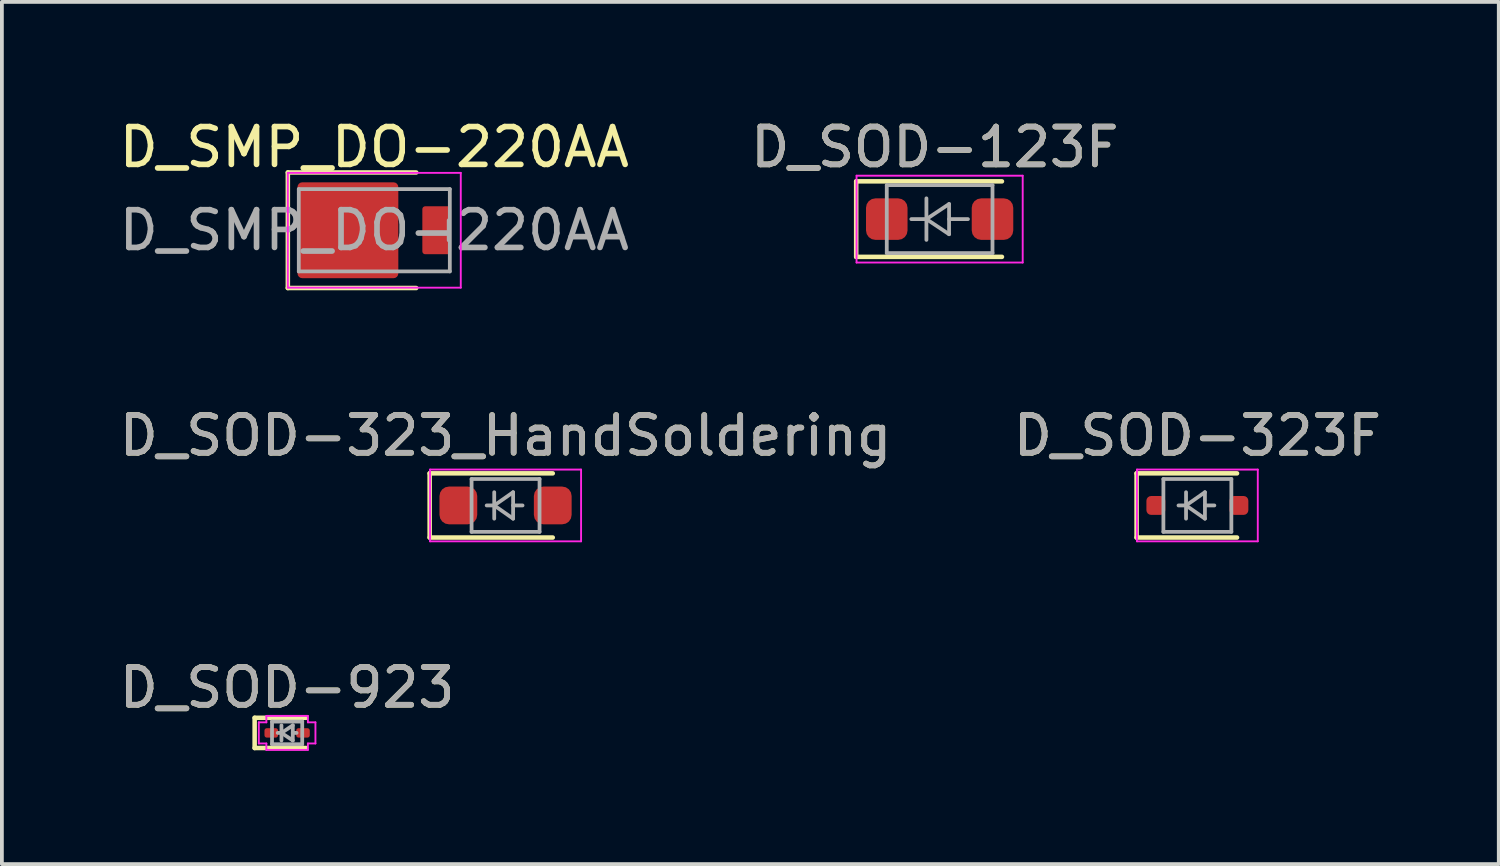
<source format=kicad_pcb>
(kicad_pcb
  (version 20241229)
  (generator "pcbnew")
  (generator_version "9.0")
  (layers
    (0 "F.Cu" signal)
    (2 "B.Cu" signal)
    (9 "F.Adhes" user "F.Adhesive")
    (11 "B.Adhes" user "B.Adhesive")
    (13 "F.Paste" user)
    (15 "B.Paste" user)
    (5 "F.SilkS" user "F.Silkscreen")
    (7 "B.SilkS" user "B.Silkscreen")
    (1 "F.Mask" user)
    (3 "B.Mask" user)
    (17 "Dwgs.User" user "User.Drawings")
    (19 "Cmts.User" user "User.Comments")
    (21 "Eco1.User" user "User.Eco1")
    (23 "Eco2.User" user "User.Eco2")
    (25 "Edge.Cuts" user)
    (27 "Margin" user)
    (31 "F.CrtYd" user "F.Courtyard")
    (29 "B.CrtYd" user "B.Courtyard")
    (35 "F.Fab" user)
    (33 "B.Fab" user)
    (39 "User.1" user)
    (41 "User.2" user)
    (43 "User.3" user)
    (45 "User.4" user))
  (footprint "D_SOD-323F"
    (layer "F.Cu")
    (at 28.661 10.336)
    (property "Reference" "D_SOD-323F" (at 0 -1.85 0) (layer "F.SilkS") (effects (font (size 1 1) (thickness 0.15))))
    (attr smd)
    (fp_line (start -1.61 -0.85) (end -1.61 0.85) (stroke (width 0.12) (type solid)) (layer "F.SilkS"))
    (fp_line (start -1.61 -0.85) (end 1.05 -0.85) (stroke (width 0.12) (type solid)) (layer "F.SilkS"))
    (fp_line (start -1.61 0.85) (end 1.05 0.85) (stroke (width 0.12) (type solid)) (layer "F.SilkS"))
    (fp_line (start -1.6 -0.95) (end -1.6 0.95) (stroke (width 0.05) (type solid)) (layer "F.CrtYd"))
    (fp_line (start -1.6 -0.95) (end 1.6 -0.95) (stroke (width 0.05) (type solid)) (layer "F.CrtYd"))
    (fp_line (start -1.6 0.95) (end 1.6 0.95) (stroke (width 0.05) (type solid)) (layer "F.CrtYd"))
    (fp_line (start 1.6 -0.95) (end 1.6 0.95) (stroke (width 0.05) (type solid)) (layer "F.CrtYd"))
    (fp_line (start -0.9 -0.7) (end 0.9 -0.7) (stroke (width 0.1) (type solid)) (layer "F.Fab"))
    (fp_line (start -0.9 0.7) (end -0.9 -0.7) (stroke (width 0.1) (type solid)) (layer "F.Fab"))
    (fp_line (start -0.3 -0.35) (end -0.3 0.35) (stroke (width 0.1) (type solid)) (layer "F.Fab"))
    (fp_line (start -0.3 0) (end -0.5 0) (stroke (width 0.1) (type solid)) (layer "F.Fab"))
    (fp_line (start -0.3 0) (end 0.2 -0.35) (stroke (width 0.1) (type solid)) (layer "F.Fab"))
    (fp_line (start 0.2 -0.35) (end 0.2 0.35) (stroke (width 0.1) (type solid)) (layer "F.Fab"))
    (fp_line (start 0.2 0) (end 0.45 0) (stroke (width 0.1) (type solid)) (layer "F.Fab"))
    (fp_line (start 0.2 0.35) (end -0.3 0) (stroke (width 0.1) (type solid)) (layer "F.Fab"))
    (fp_line (start 0.9 -0.7) (end 0.9 0.7) (stroke (width 0.1) (type solid)) (layer "F.Fab"))
    (fp_line (start 0.9 0.7) (end -0.9 0.7) (stroke (width 0.1) (type solid)) (layer "F.Fab"))
    (fp_text user "${REFERENCE}" (at 0 -1.85 0) (layer "F.Fab") (effects (font (size 1 1) (thickness 0.15))))
    (pad "1" smd roundrect (at -1.1 0) (size 0.5 0.5) (layers "F.Cu" "F.Mask" "F.Paste") (roundrect_rratio 0.25))
    (pad "2" smd roundrect (at 1.1 0) (size 0.5 0.5) (layers "F.Cu" "F.Mask" "F.Paste") (roundrect_rratio 0.25)))
  (footprint "D_SMP_DO-220AA"
    (layer "F.Cu")
    (at 6.863 3.048)
    (property "Reference" "D_SMP_DO-220AA" (at 0 -2.2 0) (layer "F.SilkS") (effects (font (size 1 1) (thickness 0.15))))
    (attr smd)
    (fp_line (start -2.29 -1.53) (end -2.29 1.53) (stroke (width 0.12) (type solid)) (layer "F.SilkS"))
    (fp_line (start -2.29 -1.53) (end 1.11 -1.53) (stroke (width 0.12) (type solid)) (layer "F.SilkS"))
    (fp_line (start -2.29 1.53) (end 1.11 1.53) (stroke (width 0.12) (type solid)) (layer "F.SilkS"))
    (fp_line (start -2.29 -1.52) (end -2.29 1.52) (stroke (width 0.05) (type solid)) (layer "F.CrtYd"))
    (fp_line (start -2.29 1.52) (end 2.29 1.52) (stroke (width 0.05) (type solid)) (layer "F.CrtYd"))
    (fp_line (start 2.29 -1.52) (end -2.29 -1.52) (stroke (width 0.05) (type solid)) (layer "F.CrtYd"))
    (fp_line (start 2.29 1.52) (end 2.29 -1.52) (stroke (width 0.05) (type solid)) (layer "F.CrtYd"))
    (fp_line (start -2 -1.09) (end -2 1.09) (stroke (width 0.1) (type solid)) (layer "F.Fab"))
    (fp_line (start 1.97 0.265) (end 1.97 -0.265) (stroke (width 0.1) (type solid)) (layer "F.Fab"))
    (fp_line (start 2 -1.09) (end -2 -1.09) (stroke (width 0.1) (type solid)) (layer "F.Fab"))
    (fp_line (start 2 -1.09) (end 2 1.09) (stroke (width 0.1) (type solid)) (layer "F.Fab"))
    (fp_line (start 2 1.09) (end -2 1.09) (stroke (width 0.1) (type solid)) (layer "F.Fab"))
    (fp_text user "${REFERENCE}" (at 0 0 0) (layer "F.Fab") (effects (font (size 1 1) (thickness 0.15))))
    (pad "1" smd roundrect (at -0.699 0) (size 2.67 2.54) (layers "F.Cu" "F.Mask" "F.Paste") (roundrect_rratio 0.05))
    (pad "2" smd roundrect (at 1.653 0) (size 0.762 1.27) (layers "F.Cu" "F.Mask" "F.Paste") (roundrect_rratio 0.1)))
  (footprint "D_SOD-123F"
    (layer "F.Cu")
    (at 21.835 2.753)
    (property "Reference" "D_SOD-123F" (at -0.127 -1.905 0) (layer "F.SilkS") (effects (font (size 1 1) (thickness 0.15))))
    (attr smd)
    (fp_line (start -2.21 -1) (end -2.21 1) (stroke (width 0.12) (type solid)) (layer "F.SilkS"))
    (fp_line (start -2.21 -1) (end 1.65 -1) (stroke (width 0.12) (type solid)) (layer "F.SilkS"))
    (fp_line (start -2.21 1) (end 1.65 1) (stroke (width 0.12) (type solid)) (layer "F.SilkS"))
    (fp_line (start -2.2 -1.15) (end -2.2 1.15) (stroke (width 0.05) (type solid)) (layer "F.CrtYd"))
    (fp_line (start -2.2 -1.15) (end 2.2 -1.15) (stroke (width 0.05) (type solid)) (layer "F.CrtYd"))
    (fp_line (start 2.2 -1.15) (end 2.2 1.15) (stroke (width 0.05) (type solid)) (layer "F.CrtYd"))
    (fp_line (start 2.2 1.15) (end -2.2 1.15) (stroke (width 0.05) (type solid)) (layer "F.CrtYd"))
    (fp_line (start -1.4 -0.9) (end 1.4 -0.9) (stroke (width 0.1) (type solid)) (layer "F.Fab"))
    (fp_line (start -1.4 0.9) (end -1.4 -0.9) (stroke (width 0.1) (type solid)) (layer "F.Fab"))
    (fp_line (start -0.75 0) (end -0.35 0) (stroke (width 0.1) (type solid)) (layer "F.Fab"))
    (fp_line (start -0.35 0) (end -0.35 -0.55) (stroke (width 0.1) (type solid)) (layer "F.Fab"))
    (fp_line (start -0.35 0) (end -0.35 0.55) (stroke (width 0.1) (type solid)) (layer "F.Fab"))
    (fp_line (start -0.35 0) (end 0.25 -0.4) (stroke (width 0.1) (type solid)) (layer "F.Fab"))
    (fp_line (start 0.25 -0.4) (end 0.25 0.4) (stroke (width 0.1) (type solid)) (layer "F.Fab"))
    (fp_line (start 0.25 0) (end 0.75 0) (stroke (width 0.1) (type solid)) (layer "F.Fab"))
    (fp_line (start 0.25 0.4) (end -0.35 0) (stroke (width 0.1) (type solid)) (layer "F.Fab"))
    (fp_line (start 1.4 -0.9) (end 1.4 0.9) (stroke (width 0.1) (type solid)) (layer "F.Fab"))
    (fp_line (start 1.4 0.9) (end -1.4 0.9) (stroke (width 0.1) (type solid)) (layer "F.Fab"))
    (fp_text user "${REFERENCE}" (at -0.127 -1.905 0) (layer "F.Fab") (effects (font (size 1 1) (thickness 0.15))))
    (pad "1" smd roundrect (at -1.4 0) (size 1.1 1.1) (layers "F.Cu" "F.Mask" "F.Paste") (roundrect_rratio 0.227))
    (pad "2" smd roundrect (at 1.4 0) (size 1.1 1.1) (layers "F.Cu" "F.Mask" "F.Paste") (roundrect_rratio 0.227)))
  (footprint "D_SOD-923"
    (layer "F.Cu")
    (at 4.554 16.36)
    (property "Reference" "D_SOD-923" (at 0 -1.2 0) (layer "F.SilkS") (effects (font (size 1 1) (thickness 0.15))))
    (attr smd)
    (fp_line (start -0.86 -0.4) (end -0.86 0.4) (stroke (width 0.12) (type solid)) (layer "F.SilkS"))
    (fp_line (start 0.5 -0.4) (end -0.86 -0.4) (stroke (width 0.12) (type solid)) (layer "F.SilkS"))
    (fp_line (start 0.5 0.4) (end -0.86 0.4) (stroke (width 0.12) (type solid)) (layer "F.SilkS"))
    (fp_line (start -0.75 -0.28) (end -0.75 0.28) (stroke (width 0.05) (type solid)) (layer "F.CrtYd"))
    (fp_line (start -0.75 0.28) (end -0.55 0.28) (stroke (width 0.05) (type solid)) (layer "F.CrtYd"))
    (fp_line (start -0.55 -0.45) (end 0.55 -0.45) (stroke (width 0.05) (type solid)) (layer "F.CrtYd"))
    (fp_line (start -0.55 -0.28) (end -0.75 -0.28) (stroke (width 0.05) (type solid)) (layer "F.CrtYd"))
    (fp_line (start -0.55 -0.28) (end -0.55 -0.45) (stroke (width 0.05) (type solid)) (layer "F.CrtYd"))
    (fp_line (start -0.55 0.45) (end -0.55 0.28) (stroke (width 0.05) (type solid)) (layer "F.CrtYd"))
    (fp_line (start 0.55 -0.45) (end 0.55 -0.28) (stroke (width 0.05) (type solid)) (layer "F.CrtYd"))
    (fp_line (start 0.55 -0.28) (end 0.75 -0.28) (stroke (width 0.05) (type solid)) (layer "F.CrtYd"))
    (fp_line (start 0.55 0.28) (end 0.55 0.45) (stroke (width 0.05) (type solid)) (layer "F.CrtYd"))
    (fp_line (start 0.55 0.45) (end -0.55 0.45) (stroke (width 0.05) (type solid)) (layer "F.CrtYd"))
    (fp_line (start 0.75 -0.28) (end 0.75 0.28) (stroke (width 0.05) (type solid)) (layer "F.CrtYd"))
    (fp_line (start 0.75 0.28) (end 0.55 0.28) (stroke (width 0.05) (type solid)) (layer "F.CrtYd"))
    (fp_line (start -0.4 -0.3) (end 0.4 -0.3) (stroke (width 0.1) (type solid)) (layer "F.Fab"))
    (fp_line (start -0.4 0.3) (end -0.4 -0.3) (stroke (width 0.1) (type solid)) (layer "F.Fab"))
    (fp_line (start -0.15 0) (end -0.25 0) (stroke (width 0.1) (type solid)) (layer "F.Fab"))
    (fp_line (start -0.15 0) (end 0.15 0.2) (stroke (width 0.1) (type solid)) (layer "F.Fab"))
    (fp_line (start -0.15 0.2) (end -0.15 -0.2) (stroke (width 0.1) (type solid)) (layer "F.Fab"))
    (fp_line (start 0.15 -0.2) (end -0.15 0) (stroke (width 0.1) (type solid)) (layer "F.Fab"))
    (fp_line (start 0.15 0) (end 0.25 0) (stroke (width 0.1) (type solid)) (layer "F.Fab"))
    (fp_line (start 0.15 0.2) (end 0.15 -0.2) (stroke (width 0.1) (type solid)) (layer "F.Fab"))
    (fp_line (start 0.4 -0.3) (end 0.4 0.3) (stroke (width 0.1) (type solid)) (layer "F.Fab"))
    (fp_line (start 0.4 0.3) (end -0.4 0.3) (stroke (width 0.1) (type solid)) (layer "F.Fab"))
    (fp_text user "${REFERENCE}" (at 0 -1.2 0) (layer "F.Fab") (effects (font (size 1 1) (thickness 0.15))))
    (pad "1" smd roundrect (at -0.42 0 180) (size 0.36 0.25) (layers "F.Cu" "F.Mask" "F.Paste") (roundrect_rratio 0.25))
    (pad "2" smd roundrect (at 0.42 0 180) (size 0.36 0.25) (layers "F.Cu" "F.Mask" "F.Paste") (roundrect_rratio 0.25)))
  (footprint "D_SOD-323_HandSoldering"
    (layer "F.Cu")
    (at 10.339 10.336)
    (property "Reference" "D_SOD-323_HandSoldering" (at 0 -1.85 0) (layer "F.SilkS") (effects (font (size 1 1) (thickness 0.15))))
    (attr smd)
    (fp_line (start -2.01 -0.85) (end -2.01 0.85) (stroke (width 0.12) (type solid)) (layer "F.SilkS"))
    (fp_line (start -2.01 -0.85) (end 1.25 -0.85) (stroke (width 0.12) (type solid)) (layer "F.SilkS"))
    (fp_line (start -2.01 0.85) (end 1.25 0.85) (stroke (width 0.12) (type solid)) (layer "F.SilkS"))
    (fp_line (start -2 -0.95) (end -2 0.95) (stroke (width 0.05) (type solid)) (layer "F.CrtYd"))
    (fp_line (start -2 -0.95) (end 2 -0.95) (stroke (width 0.05) (type solid)) (layer "F.CrtYd"))
    (fp_line (start -2 0.95) (end 2 0.95) (stroke (width 0.05) (type solid)) (layer "F.CrtYd"))
    (fp_line (start 2 -0.95) (end 2 0.95) (stroke (width 0.05) (type solid)) (layer "F.CrtYd"))
    (fp_line (start -0.9 -0.7) (end 0.9 -0.7) (stroke (width 0.1) (type solid)) (layer "F.Fab"))
    (fp_line (start -0.9 0.7) (end -0.9 -0.7) (stroke (width 0.1) (type solid)) (layer "F.Fab"))
    (fp_line (start -0.3 -0.35) (end -0.3 0.35) (stroke (width 0.1) (type solid)) (layer "F.Fab"))
    (fp_line (start -0.3 0) (end -0.5 0) (stroke (width 0.1) (type solid)) (layer "F.Fab"))
    (fp_line (start -0.3 0) (end 0.2 -0.35) (stroke (width 0.1) (type solid)) (layer "F.Fab"))
    (fp_line (start 0.2 -0.35) (end 0.2 0.35) (stroke (width 0.1) (type solid)) (layer "F.Fab"))
    (fp_line (start 0.2 0) (end 0.45 0) (stroke (width 0.1) (type solid)) (layer "F.Fab"))
    (fp_line (start 0.2 0.35) (end -0.3 0) (stroke (width 0.1) (type solid)) (layer "F.Fab"))
    (fp_line (start 0.9 -0.7) (end 0.9 0.7) (stroke (width 0.1) (type solid)) (layer "F.Fab"))
    (fp_line (start 0.9 0.7) (end -0.9 0.7) (stroke (width 0.1) (type solid)) (layer "F.Fab"))
    (fp_text user "${REFERENCE}" (at 0 -1.85 0) (layer "F.Fab") (effects (font (size 1 1) (thickness 0.15))))
    (pad "1" smd roundrect (at -1.25 0) (size 1 1) (layers "F.Cu" "F.Mask" "F.Paste") (roundrect_rratio 0.25))
    (pad "2" smd roundrect (at 1.25 0) (size 1 1) (layers "F.Cu" "F.Mask" "F.Paste") (roundrect_rratio 0.25)))
  (gr_rect
    (start -3 -3)
    (end 36.643 19.835)
    (stroke (width 0.1) (type default))
    (fill no)
    (layer "Edge.Cuts")))
</source>
